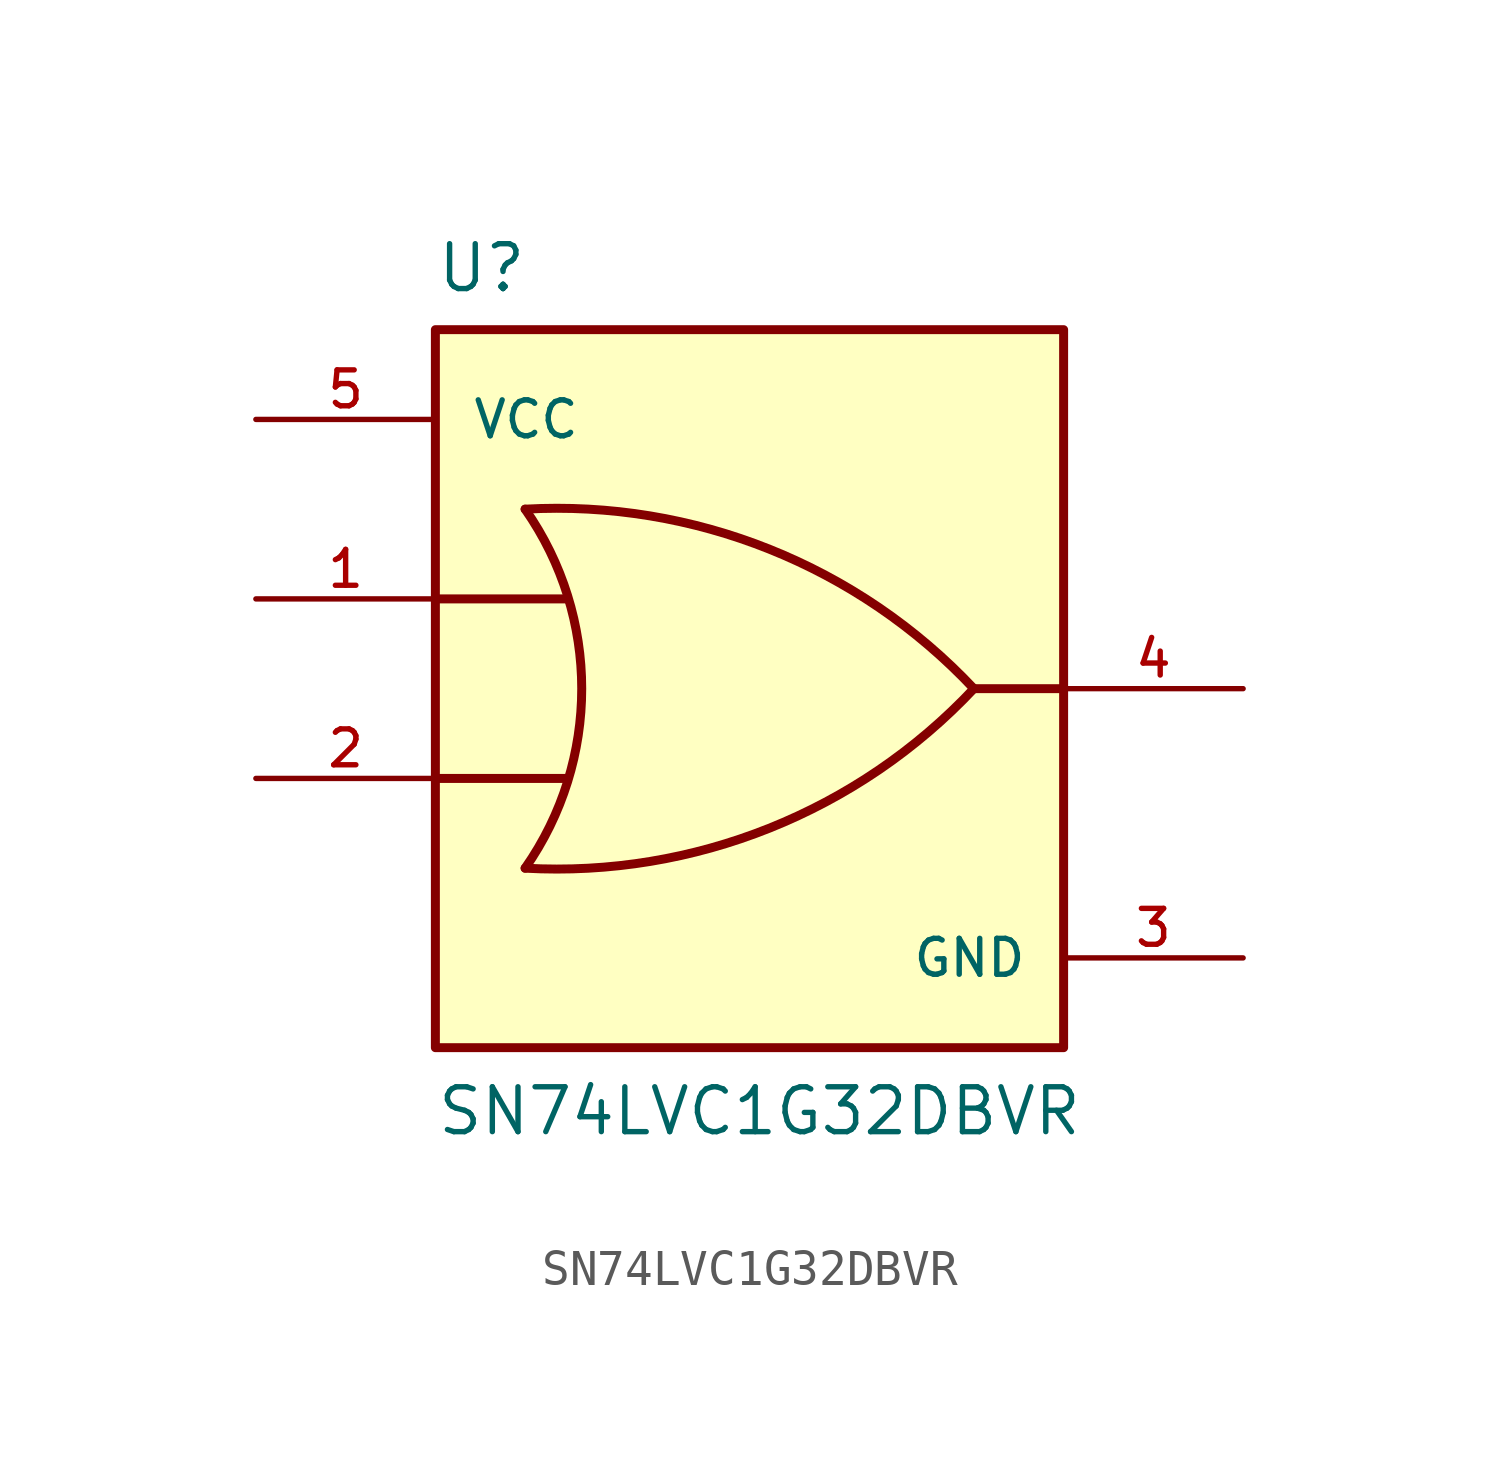
<source format=kicad_sym>
(kicad_symbol_lib
  (version 20211014)
  (generator kicad_symbol_editor)
  (symbol "SN74LVC1G32DBVR"
    (pin_names
      (offset 1.016))
    (property "Reference" "U"
      (at -7.62 11.16 0.0)
      (effects (font (size 1.27 1.27)) (justify bottom left)))
    (property "Value" "SN74LVC1G32DBVR"
      (at -7.62 -12.7 0.0)
      (effects (font (size 1.27 1.27)) (justify bottom left)))
    (symbol "SN74LVC1G32DBVR_0_0"
      (arc (start -5.08 -5.08) (mid -3.4783 -0.0) (end -5.08 5.08) (stroke (width 0.254) (type default) (color 0 0 0 0)) (fill (type none)))
      (arc (start 7.62 0.0) (mid 1.8331 3.9478) (end -5.08 5.08) (stroke (width 0.254) (type default) (color 0 0 0 0)) (fill (type none)))
      (arc (start 7.62 0.0) (mid 1.8331 -3.9478) (end -5.08 -5.08) (stroke (width 0.254) (type default) (color 0 0 0 0)) (fill (type none)))
      (polyline (pts (xy -7.62 2.54) (xy -3.937 2.54)) (stroke (width 0.254)))
      (polyline (pts (xy -7.62 -2.54) (xy -3.937 -2.54)) (stroke (width 0.254)))
      (polyline (pts (xy 7.62 0.0) (xy 10.16 0.0)) (stroke (width 0.254)))
      (rectangle (start -7.62 -10.16) (end 10.16 10.16) (stroke (width 0.254)) (fill (type background)))
      (pin input line (at -12.7 2.54 0) (length 5.08) (name "~" (effects (font (size 1.016 1.016)))) (number "1" (effects (font (size 1.016 1.016)))))
      (pin input line (at -12.7 -2.54 0) (length 5.08) (name "~" (effects (font (size 1.016 1.016)))) (number "2" (effects (font (size 1.016 1.016)))))
      (pin power_in line (at -12.7 7.62 0) (length 5.08) (name "VCC" (effects (font (size 1.016 1.016)))) (number "5" (effects (font (size 1.016 1.016)))))
      (pin output line (at 15.24 0.0 180.0) (length 5.08) (name "~" (effects (font (size 1.016 1.016)))) (number "4" (effects (font (size 1.016 1.016)))))
      (pin power_in line (at 15.24 -7.62 180.0) (length 5.08) (name "GND" (effects (font (size 1.016 1.016)))) (number "3" (effects (font (size 1.016 1.016))))))))
</source>
